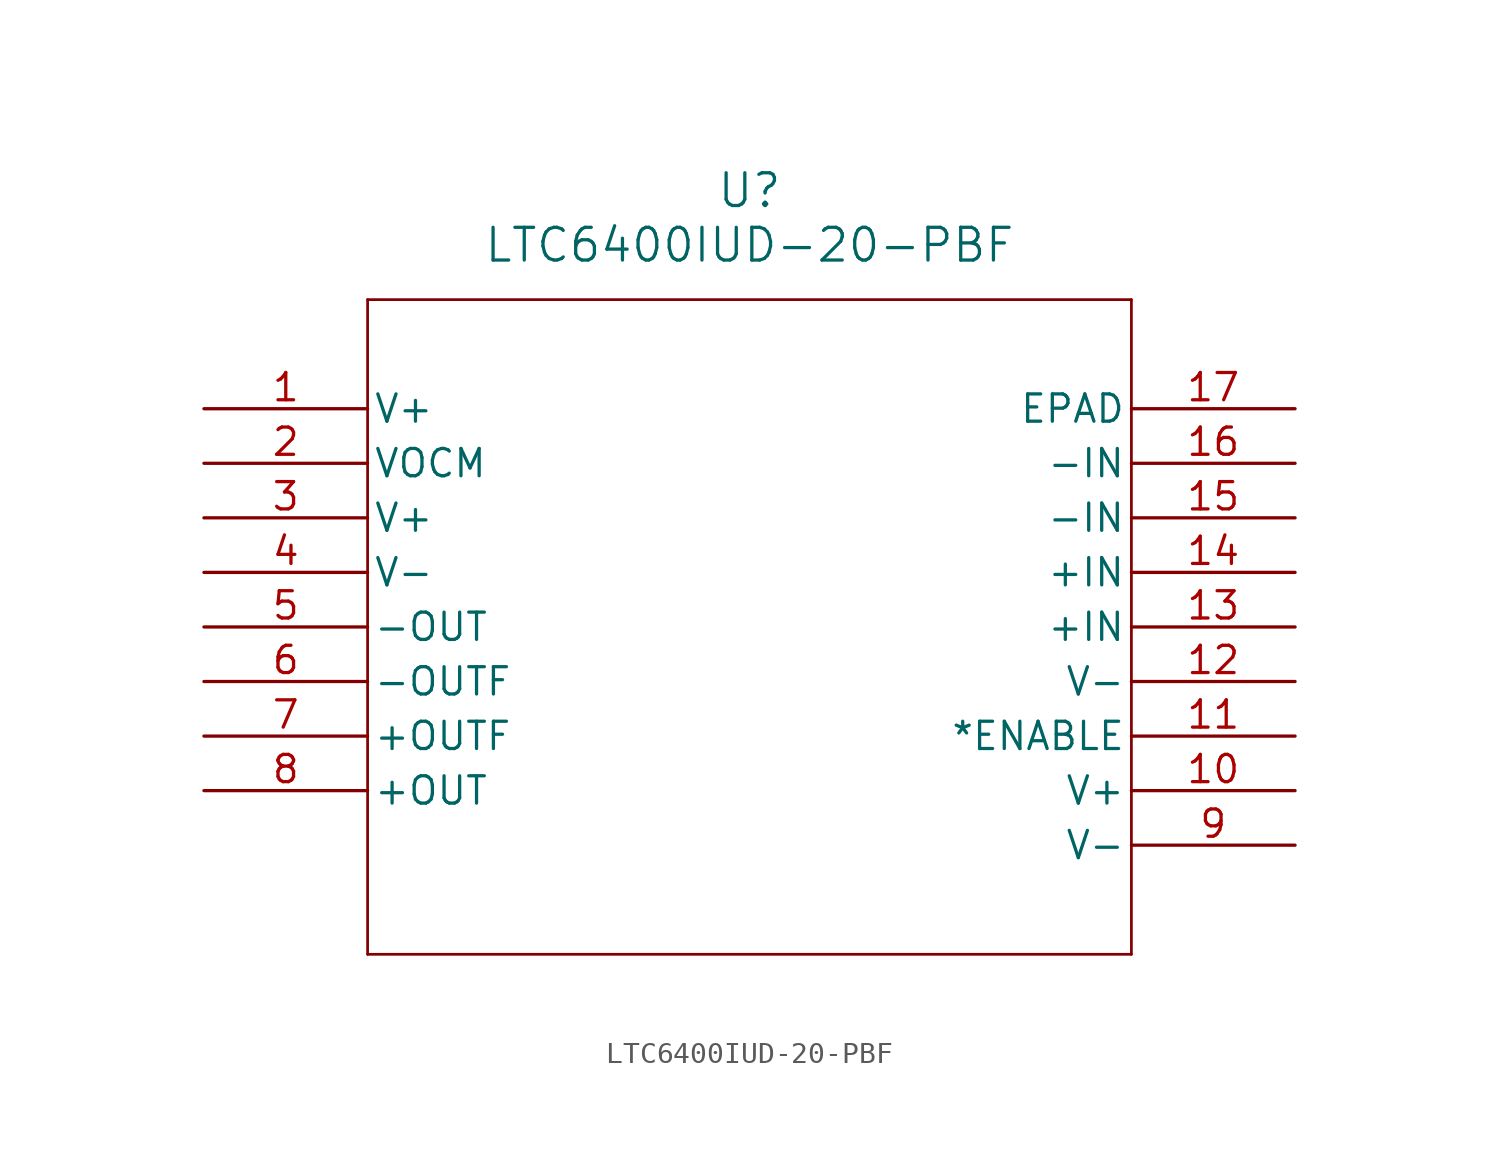
<source format=kicad_sym>
(kicad_symbol_lib
  (version 20211014)
  (generator kicad_symbol_editor)
  (symbol "LTC6400IUD-20-PBF"
    (pin_names
      (offset 0.254))
    (property "Reference" "U"
      (at 25.4 10.16 0)
      (effects (font (size 1.524 1.524))))
    (property "Value" "LTC6400IUD-20-PBF"
      (at 25.4 7.62 0)
      (effects (font (size 1.524 1.524))))
    (symbol "LTC6400IUD-20-PBF_0_1"
      (polyline (pts (xy 7.62 5.08) (xy 7.62 -25.4)) (stroke (width 0.127) (type default) (color 0 0 0 0)) (fill (type none)))
      (polyline (pts (xy 7.62 -25.4) (xy 43.18 -25.4)) (stroke (width 0.127) (type default) (color 0 0 0 0)) (fill (type none)))
      (polyline (pts (xy 43.18 -25.4) (xy 43.18 5.08)) (stroke (width 0.127) (type default) (color 0 0 0 0)) (fill (type none)))
      (polyline (pts (xy 43.18 5.08) (xy 7.62 5.08)) (stroke (width 0.127) (type default) (color 0 0 0 0)) (fill (type none)))
      (pin power_in line (at 0 0 0) (length 7.62) (name "V+" (effects (font (size 1.27 1.27)))) (number "1" (effects (font (size 1.27 1.27)))))
      (pin output line (at 0 -2.54 0) (length 7.62) (name "VOCM" (effects (font (size 1.27 1.27)))) (number "2" (effects (font (size 1.27 1.27)))))
      (pin power_in line (at 0 -5.08 0) (length 7.62) (name "V+" (effects (font (size 1.27 1.27)))) (number "3" (effects (font (size 1.27 1.27)))))
      (pin power_in line (at 0 -7.62 0) (length 7.62) (name "V-" (effects (font (size 1.27 1.27)))) (number "4" (effects (font (size 1.27 1.27)))))
      (pin output line (at 0 -10.16 0) (length 7.62) (name "-OUT" (effects (font (size 1.27 1.27)))) (number "5" (effects (font (size 1.27 1.27)))))
      (pin output line (at 0 -12.7 0) (length 7.62) (name "-OUTF" (effects (font (size 1.27 1.27)))) (number "6" (effects (font (size 1.27 1.27)))))
      (pin output line (at 0 -15.24 0) (length 7.62) (name "+OUTF" (effects (font (size 1.27 1.27)))) (number "7" (effects (font (size 1.27 1.27)))))
      (pin output line (at 0 -17.78 0) (length 7.62) (name "+OUT" (effects (font (size 1.27 1.27)))) (number "8" (effects (font (size 1.27 1.27)))))
      (pin power_in line (at 50.8 -20.32 180) (length 7.62) (name "V-" (effects (font (size 1.27 1.27)))) (number "9" (effects (font (size 1.27 1.27)))))
      (pin power_in line (at 50.8 -17.78 180) (length 7.62) (name "V+" (effects (font (size 1.27 1.27)))) (number "10" (effects (font (size 1.27 1.27)))))
      (pin input line (at 50.8 -15.24 180) (length 7.62) (name "*ENABLE" (effects (font (size 1.27 1.27)))) (number "11" (effects (font (size 1.27 1.27)))))
      (pin power_in line (at 50.8 -12.7 180) (length 7.62) (name "V-" (effects (font (size 1.27 1.27)))) (number "12" (effects (font (size 1.27 1.27)))))
      (pin input line (at 50.8 -10.16 180) (length 7.62) (name "+IN" (effects (font (size 1.27 1.27)))) (number "13" (effects (font (size 1.27 1.27)))))
      (pin input line (at 50.8 -7.62 180) (length 7.62) (name "+IN" (effects (font (size 1.27 1.27)))) (number "14" (effects (font (size 1.27 1.27)))))
      (pin input line (at 50.8 -5.08 180) (length 7.62) (name "-IN" (effects (font (size 1.27 1.27)))) (number "15" (effects (font (size 1.27 1.27)))))
      (pin input line (at 50.8 -2.54 180) (length 7.62) (name "-IN" (effects (font (size 1.27 1.27)))) (number "16" (effects (font (size 1.27 1.27)))))
      (pin unspecified line (at 50.8 0 180) (length 7.62) (name "EPAD" (effects (font (size 1.27 1.27)))) (number "17" (effects (font (size 1.27 1.27))))))))
</source>
